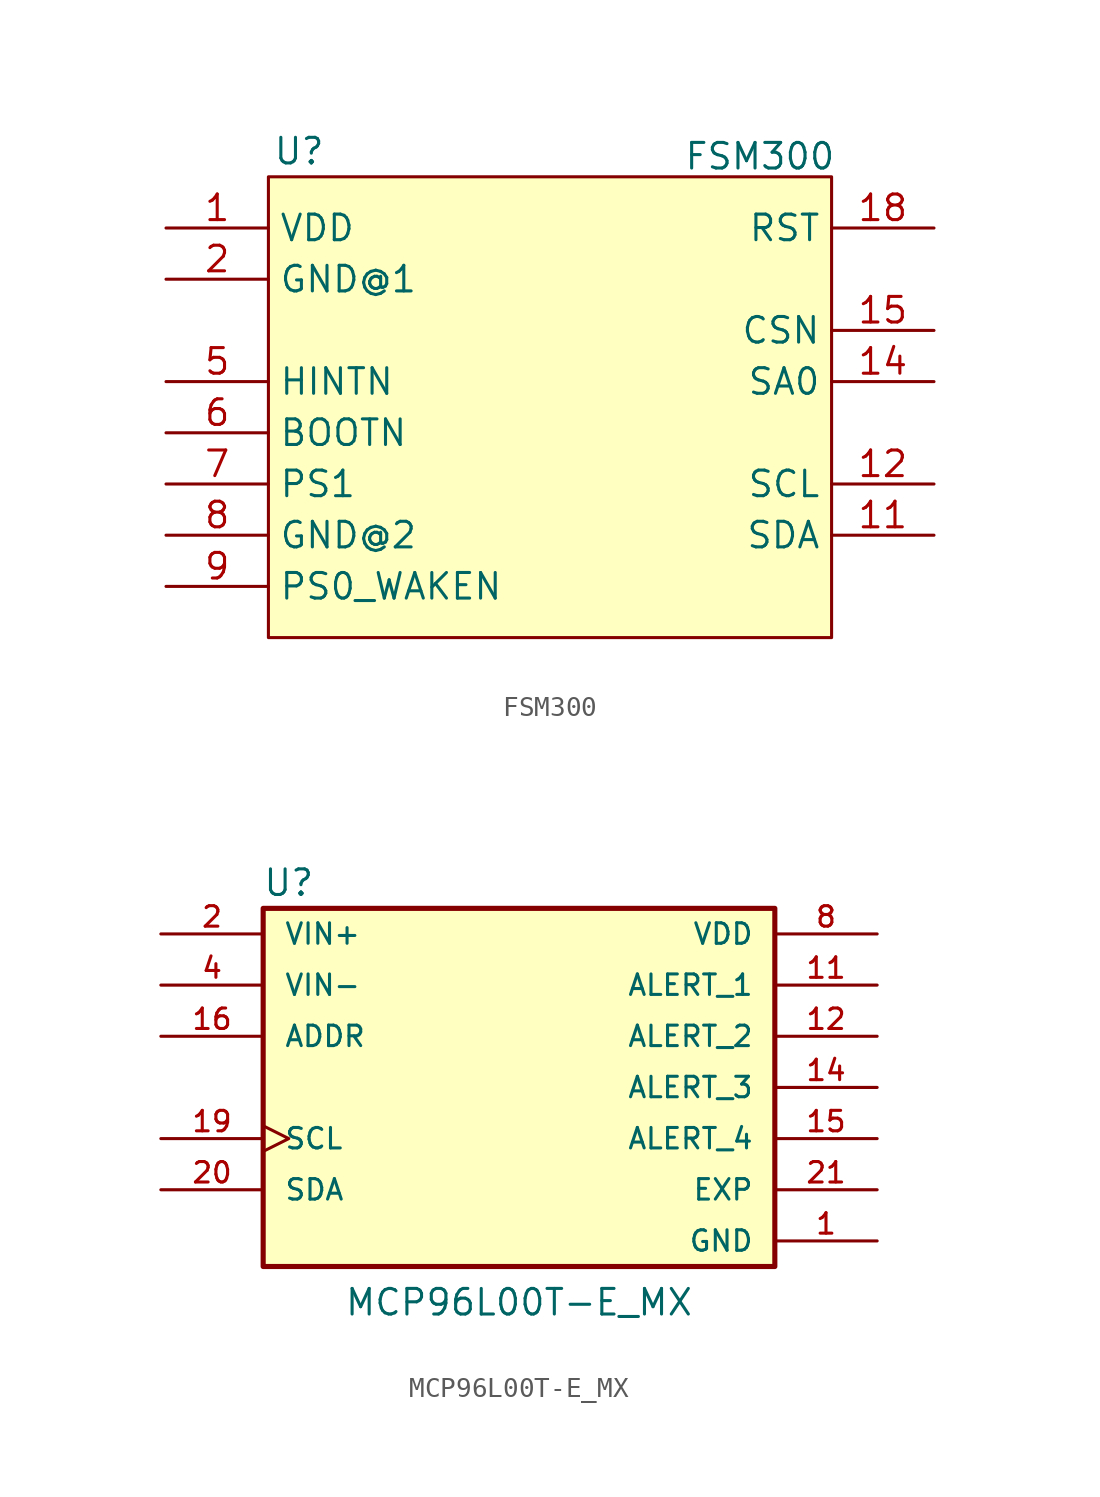
<source format=kicad_sym>
(kicad_symbol_lib
  (version 20241209)
  (generator "kicad_symbol_editor")
  (generator_version "9.0")
  (symbol "FSM300"
    (property "Reference" "U"
      (at -12.446 8.89 0)
      (effects (font (size 1.27 1.27))))
    (property "Value" "FSM300"
      (at 10.414 8.636 0)
      (effects (font (size 1.27 1.27))))
    (symbol "FSM300_1_0"
      (pin power_in line (at -19.05 5.08 0) (length 5.08) (name "VDD" (effects (font (size 1.27 1.27)))) (number "1" (effects (font (size 1.27 1.27)))))
      (pin power_in line (at -19.05 2.54 0) (length 5.08) (name "GND@1" (effects (font (size 1.27 1.27)))) (number "2" (effects (font (size 1.27 1.27)))))
      (pin no_connect line (at -19.05 1.27 0) (length 5.08) (hide yes) (name "" (effects (font (size 1.27 1.27)))) (number "3" (effects (font (size 1.27 1.27)))))
      (pin no_connect line (at -19.05 0 0) (length 5.08) (hide yes) (name "" (effects (font (size 1.27 1.27)))) (number "4" (effects (font (size 1.27 1.27)))))
      (pin output line (at -19.05 -2.54 0) (length 5.08) (name "HINTN" (effects (font (size 1.27 1.27)))) (number "5" (effects (font (size 1.27 1.27)))))
      (pin input line (at -19.05 -5.08 0) (length 5.08) (name "BOOTN" (effects (font (size 1.27 1.27)))) (number "6" (effects (font (size 1.27 1.27)))))
      (pin input line (at -19.05 -7.62 0) (length 5.08) (name "PS1" (effects (font (size 1.27 1.27)))) (number "7" (effects (font (size 1.27 1.27)))))
      (pin power_in line (at -19.05 -10.16 0) (length 5.08) (name "GND@2" (effects (font (size 1.27 1.27)))) (number "8" (effects (font (size 1.27 1.27)))))
      (pin input line (at -19.05 -12.7 0) (length 5.08) (name "PS0_WAKEN" (effects (font (size 1.27 1.27)))) (number "9" (effects (font (size 1.27 1.27)))))
      (pin input line (at 19.05 5.08 180) (length 5.08) (name "RST" (effects (font (size 1.27 1.27)))) (number "18" (effects (font (size 1.27 1.27)))))
      (pin no_connect line (at 19.05 3.81 180) (length 5.08) (hide yes) (name "" (effects (font (size 1.27 1.27)))) (number "17" (effects (font (size 1.27 1.27)))))
      (pin no_connect line (at 19.05 2.54 180) (length 5.08) (hide yes) (name "" (effects (font (size 1.27 1.27)))) (number "16" (effects (font (size 1.27 1.27)))))
      (pin input line (at 19.05 0 180) (length 5.08) (name "CSN" (effects (font (size 1.27 1.27)))) (number "15" (effects (font (size 1.27 1.27)))))
      (pin input line (at 19.05 -2.54 180) (length 5.08) (name "SA0" (effects (font (size 1.27 1.27)))) (number "14" (effects (font (size 1.27 1.27)))))
      (pin no_connect line (at 19.05 -5.08 180) (length 5.08) (hide yes) (name "" (effects (font (size 1.27 1.27)))) (number "13" (effects (font (size 1.27 1.27)))))
      (pin bidirectional line (at 19.05 -7.62 180) (length 5.08) (name "SCL" (effects (font (size 1.27 1.27)))) (number "12" (effects (font (size 1.27 1.27)))))
      (pin bidirectional line (at 19.05 -10.16 180) (length 5.08) (name "SDA" (effects (font (size 1.27 1.27)))) (number "11" (effects (font (size 1.27 1.27)))))
      (pin no_connect line (at 19.05 -12.7 180) (length 5.08) (hide yes) (name "" (effects (font (size 1.27 1.27)))) (number "10" (effects (font (size 1.27 1.27))))))
    (symbol "FSM300_1_1"
      (rectangle (start -13.97 7.62) (end 13.97 -15.24) (stroke (width 0) (type default)) (fill (type background)))))
  (symbol "MCP96L00T-E_MX"
    (pin_names
      (offset 1.016))
    (property "Reference" "U"
      (at -11.43 10.16 0)
      (effects (font (size 1.27 1.27))))
    (property "Value" "MCP96L00T-E_MX"
      (at 0 -10.668 0)
      (effects (font (size 1.27 1.27))))
    (symbol "MCP96L00T-E_MX_0_0"
      (rectangle (start -12.7 8.89) (end 12.7 -8.89) (stroke (width 0.254) (type default)) (fill (type background)))
      (pin input line (at -17.78 7.62 0) (length 5.08) (name "VIN+" (effects (font (size 1.016 1.016)))) (number "2" (effects (font (size 1.016 1.016)))))
      (pin input line (at -17.78 5.08 0) (length 5.08) (name "VIN-" (effects (font (size 1.016 1.016)))) (number "4" (effects (font (size 1.016 1.016)))))
      (pin input line (at -17.78 2.54 0) (length 5.08) (name "ADDR" (effects (font (size 1.016 1.016)))) (number "16" (effects (font (size 1.016 1.016)))))
      (pin input clock (at -17.78 -2.54 0) (length 5.08) (name "SCL" (effects (font (size 1.016 1.016)))) (number "19" (effects (font (size 1.016 1.016)))))
      (pin bidirectional line (at -17.78 -5.08 0) (length 5.08) (name "SDA" (effects (font (size 1.016 1.016)))) (number "20" (effects (font (size 1.016 1.016)))))
      (pin power_in line (at 17.78 7.62 180) (length 5.08) (name "VDD" (effects (font (size 1.016 1.016)))) (number "8" (effects (font (size 1.016 1.016)))))
      (pin output line (at 17.78 5.08 180) (length 5.08) (name "ALERT_1" (effects (font (size 1.016 1.016)))) (number "11" (effects (font (size 1.016 1.016)))))
      (pin output line (at 17.78 2.54 180) (length 5.08) (name "ALERT_2" (effects (font (size 1.016 1.016)))) (number "12" (effects (font (size 1.016 1.016)))))
      (pin output line (at 17.78 0 180) (length 5.08) (name "ALERT_3" (effects (font (size 1.016 1.016)))) (number "14" (effects (font (size 1.016 1.016)))))
      (pin output line (at 17.78 -2.54 180) (length 5.08) (name "ALERT_4" (effects (font (size 1.016 1.016)))) (number "15" (effects (font (size 1.016 1.016)))))
      (pin power_in line (at 17.78 -5.08 180) (length 5.08) (name "EXP" (effects (font (size 1.016 1.016)))) (number "21" (effects (font (size 1.016 1.016)))))
      (pin power_in line (at 17.78 -7.62 180) (length 5.08) (name "GND" (effects (font (size 1.016 1.016)))) (number "1" (effects (font (size 1.016 1.016))))))
    (symbol "MCP96L00T-E_MX_1_0"
      (pin power_in line (at 17.78 -7.62 180) (length 5.08) (hide yes) (name "GND__6" (effects (font (size 1.016 1.016)))) (number "10" (effects (font (size 1.016 1.016)))))
      (pin power_in line (at 17.78 -7.62 180) (length 5.08) (hide yes) (name "GND__7" (effects (font (size 1.016 1.016)))) (number "13" (effects (font (size 1.016 1.016)))))
      (pin power_in line (at 17.78 -7.62 180) (length 5.08) (hide yes) (name "GND__8" (effects (font (size 1.016 1.016)))) (number "17" (effects (font (size 1.016 1.016)))))
      (pin power_in line (at 17.78 -7.62 180) (length 5.08) (hide yes) (name "GND__9" (effects (font (size 1.016 1.016)))) (number "18" (effects (font (size 1.016 1.016)))))
      (pin power_in line (at 17.78 -7.62 180) (length 5.08) (hide yes) (name "GND__1" (effects (font (size 1.016 1.016)))) (number "3" (effects (font (size 1.016 1.016)))))
      (pin power_in line (at 17.78 -7.62 180) (length 5.08) (hide yes) (name "GND__2" (effects (font (size 1.016 1.016)))) (number "5" (effects (font (size 1.016 1.016)))))
      (pin power_in line (at 17.78 -7.62 180) (length 5.08) (hide yes) (name "GND__3" (effects (font (size 1.016 1.016)))) (number "6" (effects (font (size 1.016 1.016)))))
      (pin power_in line (at 17.78 -7.62 180) (length 5.08) (hide yes) (name "GND__4" (effects (font (size 1.016 1.016)))) (number "7" (effects (font (size 1.016 1.016)))))
      (pin power_in line (at 17.78 -7.62 180) (length 5.08) (hide yes) (name "GND__5" (effects (font (size 1.016 1.016)))) (number "9" (effects (font (size 1.016 1.016))))))))
</source>
